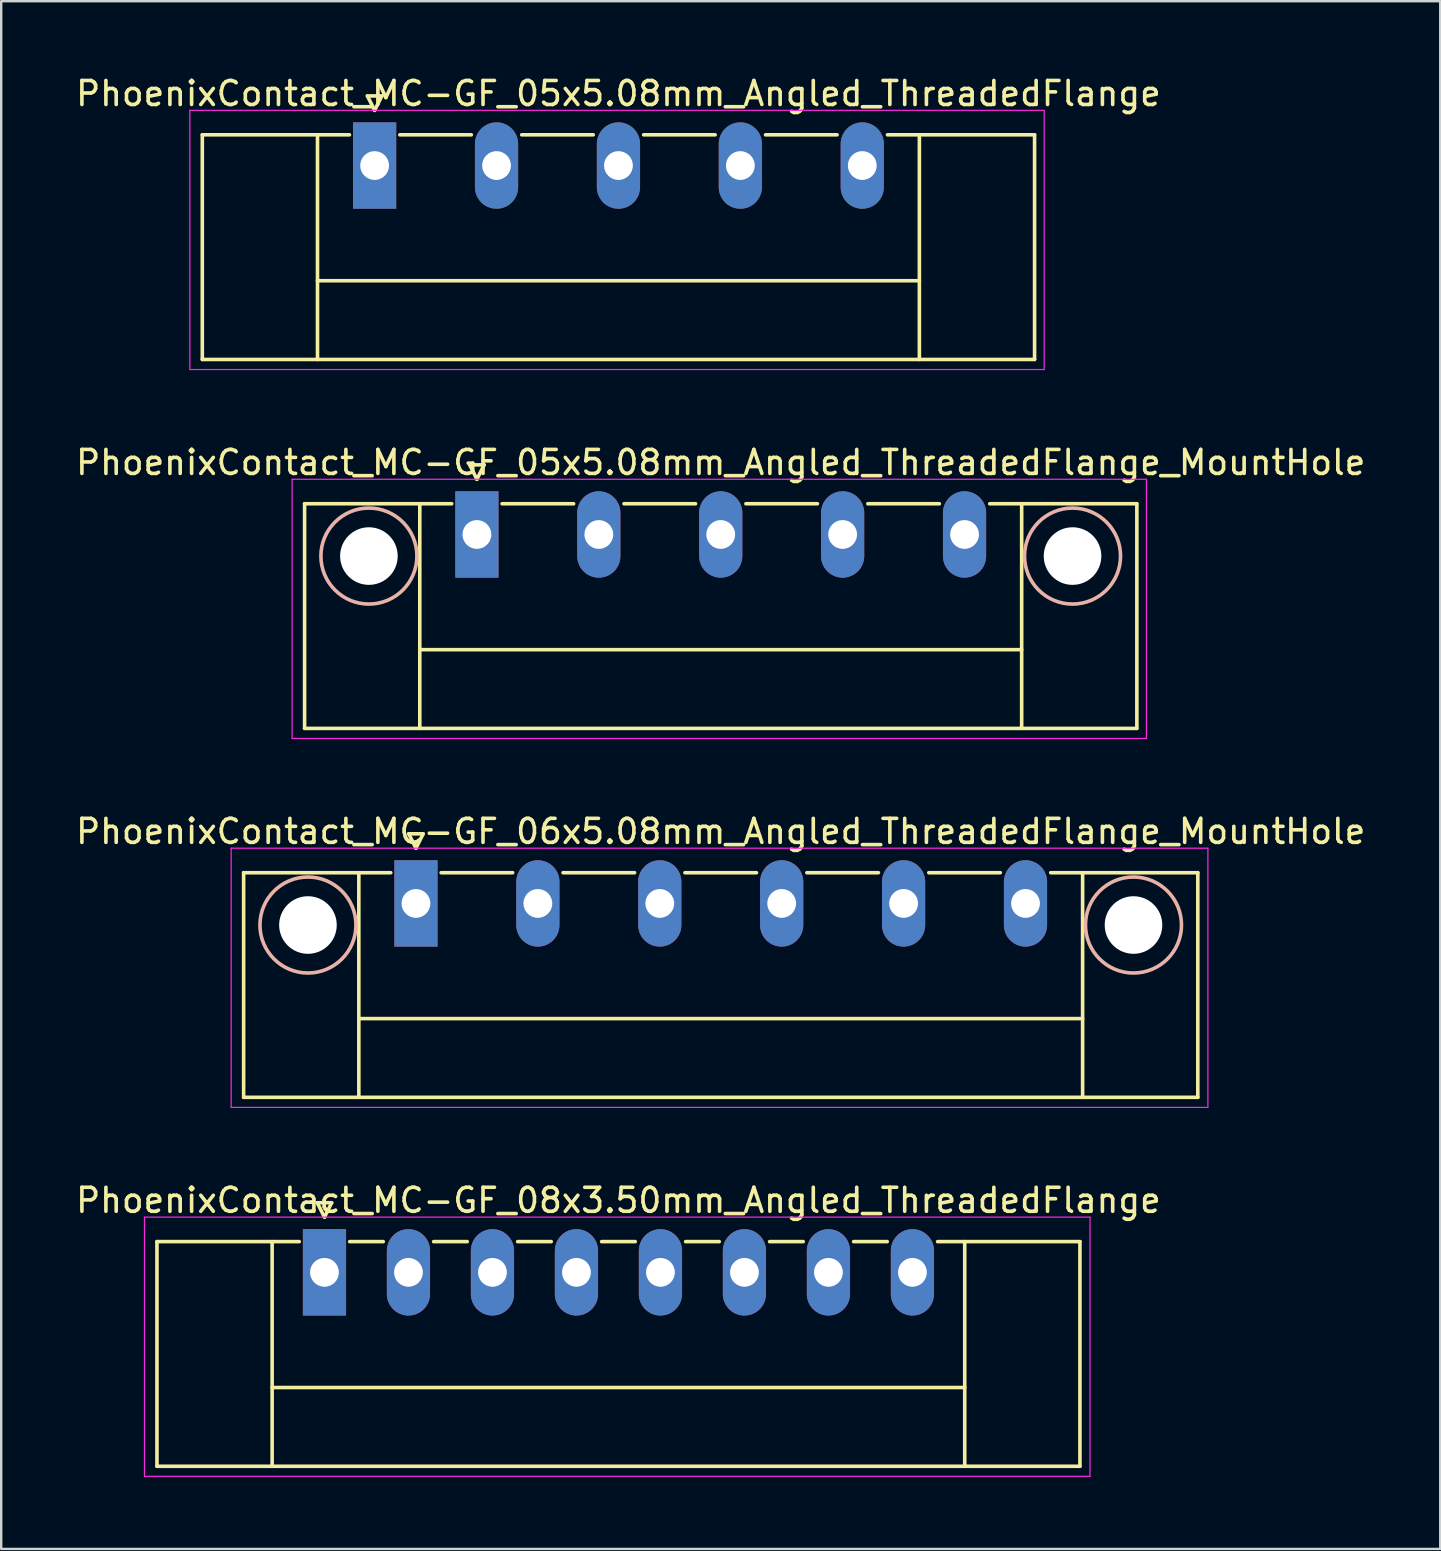
<source format=kicad_pcb>
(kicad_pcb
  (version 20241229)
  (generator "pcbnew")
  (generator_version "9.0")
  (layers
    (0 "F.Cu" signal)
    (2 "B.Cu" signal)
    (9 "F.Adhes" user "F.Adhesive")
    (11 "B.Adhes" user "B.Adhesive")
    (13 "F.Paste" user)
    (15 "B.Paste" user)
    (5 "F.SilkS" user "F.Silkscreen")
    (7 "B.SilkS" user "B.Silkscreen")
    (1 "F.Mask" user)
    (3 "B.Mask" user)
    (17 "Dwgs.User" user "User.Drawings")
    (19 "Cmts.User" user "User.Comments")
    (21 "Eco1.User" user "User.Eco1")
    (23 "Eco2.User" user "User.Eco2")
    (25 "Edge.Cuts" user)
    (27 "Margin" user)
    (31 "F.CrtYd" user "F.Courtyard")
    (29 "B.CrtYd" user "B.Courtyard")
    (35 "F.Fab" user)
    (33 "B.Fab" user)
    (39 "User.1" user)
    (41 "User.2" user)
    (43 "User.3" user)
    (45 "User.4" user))
  (footprint "PhoenixContact_MC-GF_05x5.08mm_Angled_ThreadedFlange_MountHole"
    (layer "F.Cu")
    (at 16.822 19.221)
    (property "Reference" "PhoenixContact_MC-GF_05x5.08mm_Angled_ThreadedFlange_MountHole" (at 10.16 -3 0) (layer "F.SilkS") (effects (font (size 1 1) (thickness 0.15))))
    (attr through_hole)
    (fp_line (start -7.18 -1.28) (end -7.18 8.08) (stroke (width 0.15) (type solid)) (layer "F.SilkS"))
    (fp_line (start -7.18 -1.28) (end -1.05 -1.28) (stroke (width 0.15) (type solid)) (layer "F.SilkS"))
    (fp_line (start -7.18 8.08) (end 27.5 8.08) (stroke (width 0.15) (type solid)) (layer "F.SilkS"))
    (fp_line (start -2.38 -1.28) (end -2.38 8.08) (stroke (width 0.15) (type solid)) (layer "F.SilkS"))
    (fp_line (start -2.38 4.8) (end 22.7 4.8) (stroke (width 0.15) (type solid)) (layer "F.SilkS"))
    (fp_line (start -0.3 -2.9) (end 0 -2.3) (stroke (width 0.15) (type solid)) (layer "F.SilkS"))
    (fp_line (start 0 -2.3) (end 0.3 -2.9) (stroke (width 0.15) (type solid)) (layer "F.SilkS"))
    (fp_line (start 0.3 -2.9) (end -0.3 -2.9) (stroke (width 0.15) (type solid)) (layer "F.SilkS"))
    (fp_line (start 1.05 -1.28) (end 4.03 -1.28) (stroke (width 0.15) (type solid)) (layer "F.SilkS"))
    (fp_line (start 6.13 -1.28) (end 9.11 -1.28) (stroke (width 0.15) (type solid)) (layer "F.SilkS"))
    (fp_line (start 11.21 -1.28) (end 14.19 -1.28) (stroke (width 0.15) (type solid)) (layer "F.SilkS"))
    (fp_line (start 16.29 -1.28) (end 19.27 -1.28) (stroke (width 0.15) (type solid)) (layer "F.SilkS"))
    (fp_line (start 22.7 -1.28) (end 22.7 8.08) (stroke (width 0.15) (type solid)) (layer "F.SilkS"))
    (fp_line (start 27.5 -1.28) (end 21.37 -1.28) (stroke (width 0.15) (type solid)) (layer "F.SilkS"))
    (fp_line (start 27.5 8.08) (end 27.5 -1.28) (stroke (width 0.15) (type solid)) (layer "F.SilkS"))
    (fp_circle (center -4.5 0.9) (end -2.5 0.9) (stroke (width 0.15) (type solid)) (fill no) (layer "B.SilkS"))
    (fp_circle (center 24.82 0.9) (end 26.82 0.9) (stroke (width 0.15) (type solid)) (fill no) (layer "B.SilkS"))
    (fp_line (start -7.7 -2.3) (end -7.7 8.5) (stroke (width 0.05) (type solid)) (layer "F.CrtYd"))
    (fp_line (start -7.7 8.5) (end 27.9 8.5) (stroke (width 0.05) (type solid)) (layer "F.CrtYd"))
    (fp_line (start 27.9 -2.3) (end -7.7 -2.3) (stroke (width 0.05) (type solid)) (layer "F.CrtYd"))
    (fp_line (start 27.9 8.5) (end 27.9 -2.3) (stroke (width 0.05) (type solid)) (layer "F.CrtYd"))
    (pad "" np_thru_hole circle (at -4.5 0.9) (size 2.4 2.4) (drill 2.4) (layers "*.Cu" "*.Mask"))
    (pad "" np_thru_hole circle (at 24.82 0.9) (size 2.4 2.4) (drill 2.4) (layers "*.Cu" "*.Mask"))
    (pad "1" thru_hole rect (at 0 0) (size 1.8 3.6) (drill 1.2) (layers "*.Cu" "*.Mask"))
    (pad "2" thru_hole oval (at 5.08 0) (size 1.8 3.6) (drill 1.2) (layers "*.Cu" "*.Mask"))
    (pad "3" thru_hole oval (at 10.16 0) (size 1.8 3.6) (drill 1.2) (layers "*.Cu" "*.Mask"))
    (pad "4" thru_hole oval (at 15.24 0) (size 1.8 3.6) (drill 1.2) (layers "*.Cu" "*.Mask"))
    (pad "5" thru_hole oval (at 20.32 0) (size 1.8 3.6) (drill 1.2) (layers "*.Cu" "*.Mask")))
  (footprint "PhoenixContact_MC-GF_05x5.08mm_Angled_ThreadedFlange"
    (layer "F.Cu")
    (at 12.56 3.848)
    (property "Reference" "PhoenixContact_MC-GF_05x5.08mm_Angled_ThreadedFlange" (at 10.16 -3 0) (layer "F.SilkS") (effects (font (size 1 1) (thickness 0.15))))
    (attr through_hole)
    (fp_line (start -7.18 -1.28) (end -7.18 8.08) (stroke (width 0.15) (type solid)) (layer "F.SilkS"))
    (fp_line (start -7.18 -1.28) (end -1.05 -1.28) (stroke (width 0.15) (type solid)) (layer "F.SilkS"))
    (fp_line (start -7.18 8.08) (end 27.5 8.08) (stroke (width 0.15) (type solid)) (layer "F.SilkS"))
    (fp_line (start -2.38 -1.28) (end -2.38 8.08) (stroke (width 0.15) (type solid)) (layer "F.SilkS"))
    (fp_line (start -2.38 4.8) (end 22.7 4.8) (stroke (width 0.15) (type solid)) (layer "F.SilkS"))
    (fp_line (start -0.3 -2.9) (end 0 -2.3) (stroke (width 0.15) (type solid)) (layer "F.SilkS"))
    (fp_line (start 0 -2.3) (end 0.3 -2.9) (stroke (width 0.15) (type solid)) (layer "F.SilkS"))
    (fp_line (start 0.3 -2.9) (end -0.3 -2.9) (stroke (width 0.15) (type solid)) (layer "F.SilkS"))
    (fp_line (start 1.05 -1.28) (end 4.03 -1.28) (stroke (width 0.15) (type solid)) (layer "F.SilkS"))
    (fp_line (start 6.13 -1.28) (end 9.11 -1.28) (stroke (width 0.15) (type solid)) (layer "F.SilkS"))
    (fp_line (start 11.21 -1.28) (end 14.19 -1.28) (stroke (width 0.15) (type solid)) (layer "F.SilkS"))
    (fp_line (start 16.29 -1.28) (end 19.27 -1.28) (stroke (width 0.15) (type solid)) (layer "F.SilkS"))
    (fp_line (start 22.7 -1.28) (end 22.7 8.08) (stroke (width 0.15) (type solid)) (layer "F.SilkS"))
    (fp_line (start 27.5 -1.28) (end 21.37 -1.28) (stroke (width 0.15) (type solid)) (layer "F.SilkS"))
    (fp_line (start 27.5 8.08) (end 27.5 -1.28) (stroke (width 0.15) (type solid)) (layer "F.SilkS"))
    (fp_line (start -7.7 -2.3) (end -7.7 8.5) (stroke (width 0.05) (type solid)) (layer "F.CrtYd"))
    (fp_line (start -7.7 8.5) (end 27.9 8.5) (stroke (width 0.05) (type solid)) (layer "F.CrtYd"))
    (fp_line (start 27.9 -2.3) (end -7.7 -2.3) (stroke (width 0.05) (type solid)) (layer "F.CrtYd"))
    (fp_line (start 27.9 8.5) (end 27.9 -2.3) (stroke (width 0.05) (type solid)) (layer "F.CrtYd"))
    (pad "1" thru_hole rect (at 0 0) (size 1.8 3.6) (drill 1.2) (layers "*.Cu" "*.Mask"))
    (pad "2" thru_hole oval (at 5.08 0) (size 1.8 3.6) (drill 1.2) (layers "*.Cu" "*.Mask"))
    (pad "3" thru_hole oval (at 10.16 0) (size 1.8 3.6) (drill 1.2) (layers "*.Cu" "*.Mask"))
    (pad "4" thru_hole oval (at 15.24 0) (size 1.8 3.6) (drill 1.2) (layers "*.Cu" "*.Mask"))
    (pad "5" thru_hole oval (at 20.32 0) (size 1.8 3.6) (drill 1.2) (layers "*.Cu" "*.Mask")))
  (footprint "PhoenixContact_MC-GF_08x3.50mm_Angled_ThreadedFlange"
    (layer "F.Cu")
    (at 10.47 49.968)
    (property "Reference" "PhoenixContact_MC-GF_08x3.50mm_Angled_ThreadedFlange" (at 12.25 -3 0) (layer "F.SilkS") (effects (font (size 1 1) (thickness 0.15))))
    (attr through_hole)
    (fp_line (start -6.98 -1.28) (end -6.98 8.08) (stroke (width 0.15) (type solid)) (layer "F.SilkS"))
    (fp_line (start -6.98 -1.28) (end -1.05 -1.28) (stroke (width 0.15) (type solid)) (layer "F.SilkS"))
    (fp_line (start -6.98 8.08) (end 31.48 8.08) (stroke (width 0.15) (type solid)) (layer "F.SilkS"))
    (fp_line (start -2.18 -1.28) (end -2.18 8.08) (stroke (width 0.15) (type solid)) (layer "F.SilkS"))
    (fp_line (start -2.18 4.8) (end 26.68 4.8) (stroke (width 0.15) (type solid)) (layer "F.SilkS"))
    (fp_line (start -0.3 -2.9) (end 0 -2.3) (stroke (width 0.15) (type solid)) (layer "F.SilkS"))
    (fp_line (start 0 -2.3) (end 0.3 -2.9) (stroke (width 0.15) (type solid)) (layer "F.SilkS"))
    (fp_line (start 0.3 -2.9) (end -0.3 -2.9) (stroke (width 0.15) (type solid)) (layer "F.SilkS"))
    (fp_line (start 1.05 -1.28) (end 2.45 -1.28) (stroke (width 0.15) (type solid)) (layer "F.SilkS"))
    (fp_line (start 4.55 -1.28) (end 5.95 -1.28) (stroke (width 0.15) (type solid)) (layer "F.SilkS"))
    (fp_line (start 8.05 -1.28) (end 9.45 -1.28) (stroke (width 0.15) (type solid)) (layer "F.SilkS"))
    (fp_line (start 11.55 -1.28) (end 12.95 -1.28) (stroke (width 0.15) (type solid)) (layer "F.SilkS"))
    (fp_line (start 15.05 -1.28) (end 16.45 -1.28) (stroke (width 0.15) (type solid)) (layer "F.SilkS"))
    (fp_line (start 18.55 -1.28) (end 19.95 -1.28) (stroke (width 0.15) (type solid)) (layer "F.SilkS"))
    (fp_line (start 22.05 -1.28) (end 23.45 -1.28) (stroke (width 0.15) (type solid)) (layer "F.SilkS"))
    (fp_line (start 26.68 -1.28) (end 26.68 8.08) (stroke (width 0.15) (type solid)) (layer "F.SilkS"))
    (fp_line (start 31.48 -1.28) (end 25.55 -1.28) (stroke (width 0.15) (type solid)) (layer "F.SilkS"))
    (fp_line (start 31.48 8.08) (end 31.48 -1.28) (stroke (width 0.15) (type solid)) (layer "F.SilkS"))
    (fp_line (start -7.5 -2.3) (end -7.5 8.5) (stroke (width 0.05) (type solid)) (layer "F.CrtYd"))
    (fp_line (start -7.5 8.5) (end 31.9 8.5) (stroke (width 0.05) (type solid)) (layer "F.CrtYd"))
    (fp_line (start 31.9 -2.3) (end -7.5 -2.3) (stroke (width 0.05) (type solid)) (layer "F.CrtYd"))
    (fp_line (start 31.9 8.5) (end 31.9 -2.3) (stroke (width 0.05) (type solid)) (layer "F.CrtYd"))
    (pad "1" thru_hole rect (at 0 0) (size 1.8 3.6) (drill 1.2) (layers "*.Cu" "*.Mask"))
    (pad "2" thru_hole oval (at 3.5 0) (size 1.8 3.6) (drill 1.2) (layers "*.Cu" "*.Mask"))
    (pad "3" thru_hole oval (at 7 0) (size 1.8 3.6) (drill 1.2) (layers "*.Cu" "*.Mask"))
    (pad "4" thru_hole oval (at 10.5 0) (size 1.8 3.6) (drill 1.2) (layers "*.Cu" "*.Mask"))
    (pad "5" thru_hole oval (at 14 0) (size 1.8 3.6) (drill 1.2) (layers "*.Cu" "*.Mask"))
    (pad "6" thru_hole oval (at 17.5 0) (size 1.8 3.6) (drill 1.2) (layers "*.Cu" "*.Mask"))
    (pad "7" thru_hole oval (at 21 0) (size 1.8 3.6) (drill 1.2) (layers "*.Cu" "*.Mask"))
    (pad "8" thru_hole oval (at 24.5 0) (size 1.8 3.6) (drill 1.2) (layers "*.Cu" "*.Mask")))
  (footprint "PhoenixContact_MC-GF_06x5.08mm_Angled_ThreadedFlange_MountHole"
    (layer "F.Cu")
    (at 14.282 34.595)
    (property "Reference" "PhoenixContact_MC-GF_06x5.08mm_Angled_ThreadedFlange_MountHole" (at 12.7 -3 0) (layer "F.SilkS") (effects (font (size 1 1) (thickness 0.15))))
    (attr through_hole)
    (fp_line (start -7.18 -1.28) (end -7.18 8.08) (stroke (width 0.15) (type solid)) (layer "F.SilkS"))
    (fp_line (start -7.18 -1.28) (end -1.05 -1.28) (stroke (width 0.15) (type solid)) (layer "F.SilkS"))
    (fp_line (start -7.18 8.08) (end 32.58 8.08) (stroke (width 0.15) (type solid)) (layer "F.SilkS"))
    (fp_line (start -2.38 -1.28) (end -2.38 8.08) (stroke (width 0.15) (type solid)) (layer "F.SilkS"))
    (fp_line (start -2.38 4.8) (end 27.78 4.8) (stroke (width 0.15) (type solid)) (layer "F.SilkS"))
    (fp_line (start -0.3 -2.9) (end 0 -2.3) (stroke (width 0.15) (type solid)) (layer "F.SilkS"))
    (fp_line (start 0 -2.3) (end 0.3 -2.9) (stroke (width 0.15) (type solid)) (layer "F.SilkS"))
    (fp_line (start 0.3 -2.9) (end -0.3 -2.9) (stroke (width 0.15) (type solid)) (layer "F.SilkS"))
    (fp_line (start 1.05 -1.28) (end 4.03 -1.28) (stroke (width 0.15) (type solid)) (layer "F.SilkS"))
    (fp_line (start 6.13 -1.28) (end 9.11 -1.28) (stroke (width 0.15) (type solid)) (layer "F.SilkS"))
    (fp_line (start 11.21 -1.28) (end 14.19 -1.28) (stroke (width 0.15) (type solid)) (layer "F.SilkS"))
    (fp_line (start 16.29 -1.28) (end 19.27 -1.28) (stroke (width 0.15) (type solid)) (layer "F.SilkS"))
    (fp_line (start 21.37 -1.28) (end 24.35 -1.28) (stroke (width 0.15) (type solid)) (layer "F.SilkS"))
    (fp_line (start 27.78 -1.28) (end 27.78 8.08) (stroke (width 0.15) (type solid)) (layer "F.SilkS"))
    (fp_line (start 32.58 -1.28) (end 26.45 -1.28) (stroke (width 0.15) (type solid)) (layer "F.SilkS"))
    (fp_line (start 32.58 8.08) (end 32.58 -1.28) (stroke (width 0.15) (type solid)) (layer "F.SilkS"))
    (fp_circle (center -4.5 0.9) (end -2.5 0.9) (stroke (width 0.15) (type solid)) (fill no) (layer "B.SilkS"))
    (fp_circle (center 29.9 0.9) (end 31.9 0.9) (stroke (width 0.15) (type solid)) (fill no) (layer "B.SilkS"))
    (fp_line (start -7.7 -2.3) (end -7.7 8.5) (stroke (width 0.05) (type solid)) (layer "F.CrtYd"))
    (fp_line (start -7.7 8.5) (end 33 8.5) (stroke (width 0.05) (type solid)) (layer "F.CrtYd"))
    (fp_line (start 33 -2.3) (end -7.7 -2.3) (stroke (width 0.05) (type solid)) (layer "F.CrtYd"))
    (fp_line (start 33 8.5) (end 33 -2.3) (stroke (width 0.05) (type solid)) (layer "F.CrtYd"))
    (pad "" np_thru_hole circle (at -4.5 0.9) (size 2.4 2.4) (drill 2.4) (layers "*.Cu" "*.Mask"))
    (pad "" np_thru_hole circle (at 29.9 0.9) (size 2.4 2.4) (drill 2.4) (layers "*.Cu" "*.Mask"))
    (pad "1" thru_hole rect (at 0 0) (size 1.8 3.6) (drill 1.2) (layers "*.Cu" "*.Mask"))
    (pad "2" thru_hole oval (at 5.08 0) (size 1.8 3.6) (drill 1.2) (layers "*.Cu" "*.Mask"))
    (pad "3" thru_hole oval (at 10.16 0) (size 1.8 3.6) (drill 1.2) (layers "*.Cu" "*.Mask"))
    (pad "4" thru_hole oval (at 15.24 0) (size 1.8 3.6) (drill 1.2) (layers "*.Cu" "*.Mask"))
    (pad "5" thru_hole oval (at 20.32 0) (size 1.8 3.6) (drill 1.2) (layers "*.Cu" "*.Mask"))
    (pad "6" thru_hole oval (at 25.4 0) (size 1.8 3.6) (drill 1.2) (layers "*.Cu" "*.Mask")))
  (gr_rect
    (start -3 -3)
    (end 56.964 61.493)
    (stroke (width 0.1) (type default))
    (fill no)
    (layer "Edge.Cuts")))
</source>
